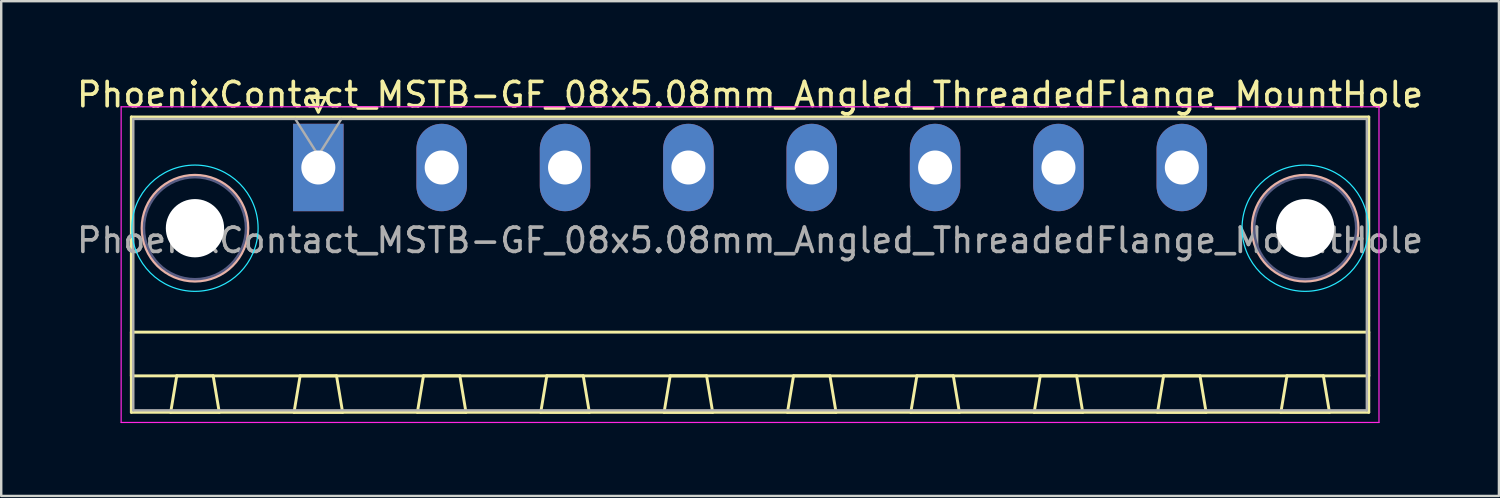
<source format=kicad_pcb>
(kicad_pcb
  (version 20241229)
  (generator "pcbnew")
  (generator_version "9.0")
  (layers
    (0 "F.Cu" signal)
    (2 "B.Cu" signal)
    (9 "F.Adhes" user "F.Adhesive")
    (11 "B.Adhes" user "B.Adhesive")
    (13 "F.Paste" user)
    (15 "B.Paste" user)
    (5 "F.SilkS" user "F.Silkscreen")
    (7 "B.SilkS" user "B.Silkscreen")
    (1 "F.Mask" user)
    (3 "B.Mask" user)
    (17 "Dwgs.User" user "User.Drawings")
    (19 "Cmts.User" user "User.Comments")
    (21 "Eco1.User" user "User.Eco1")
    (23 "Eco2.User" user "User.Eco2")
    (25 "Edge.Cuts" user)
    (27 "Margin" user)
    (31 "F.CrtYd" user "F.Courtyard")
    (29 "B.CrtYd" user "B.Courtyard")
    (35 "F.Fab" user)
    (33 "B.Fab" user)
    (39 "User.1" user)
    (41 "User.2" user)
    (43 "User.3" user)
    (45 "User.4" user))
  (footprint "PhoenixContact_MSTB-GF_08x5.08mm_Angled_ThreadedFlange_MountHole"
    (layer "F.Cu")
    (at 10.059 3.848)
    (property "Reference" "PhoenixContact_MSTB-GF_08x5.08mm_Angled_ThreadedFlange_MountHole" (at 17.78 -3 0) (layer "F.SilkS") (effects (font (size 1 1) (thickness 0.15))))
    (attr through_hole)
    (fp_line (start -7.7 -2.08) (end -7.7 10.08) (stroke (width 0.12) (type solid)) (layer "F.SilkS"))
    (fp_line (start -7.7 6.78) (end 43.26 6.78) (stroke (width 0.12) (type solid)) (layer "F.SilkS"))
    (fp_line (start -7.7 8.58) (end -7.7 6.78) (stroke (width 0.12) (type solid)) (layer "F.SilkS"))
    (fp_line (start -7.7 10.08) (end 43.26 10.08) (stroke (width 0.12) (type solid)) (layer "F.SilkS"))
    (fp_line (start -6.08 10.08) (end -4.08 10.08) (stroke (width 0.12) (type solid)) (layer "F.SilkS"))
    (fp_line (start -5.83 8.58) (end -6.08 10.08) (stroke (width 0.12) (type solid)) (layer "F.SilkS"))
    (fp_line (start -4.33 8.58) (end -5.83 8.58) (stroke (width 0.12) (type solid)) (layer "F.SilkS"))
    (fp_line (start -4.08 10.08) (end -4.33 8.58) (stroke (width 0.12) (type solid)) (layer "F.SilkS"))
    (fp_line (start -1 10.08) (end 1 10.08) (stroke (width 0.12) (type solid)) (layer "F.SilkS"))
    (fp_line (start -0.75 8.58) (end -1 10.08) (stroke (width 0.12) (type solid)) (layer "F.SilkS"))
    (fp_line (start -0.3 -2.88) (end 0.3 -2.88) (stroke (width 0.12) (type solid)) (layer "F.SilkS"))
    (fp_line (start 0 -2.28) (end -0.3 -2.88) (stroke (width 0.12) (type solid)) (layer "F.SilkS"))
    (fp_line (start 0.3 -2.88) (end 0 -2.28) (stroke (width 0.12) (type solid)) (layer "F.SilkS"))
    (fp_line (start 0.75 8.58) (end -0.75 8.58) (stroke (width 0.12) (type solid)) (layer "F.SilkS"))
    (fp_line (start 1 10.08) (end 0.75 8.58) (stroke (width 0.12) (type solid)) (layer "F.SilkS"))
    (fp_line (start 4.08 10.08) (end 6.08 10.08) (stroke (width 0.12) (type solid)) (layer "F.SilkS"))
    (fp_line (start 4.33 8.58) (end 4.08 10.08) (stroke (width 0.12) (type solid)) (layer "F.SilkS"))
    (fp_line (start 5.83 8.58) (end 4.33 8.58) (stroke (width 0.12) (type solid)) (layer "F.SilkS"))
    (fp_line (start 6.08 10.08) (end 5.83 8.58) (stroke (width 0.12) (type solid)) (layer "F.SilkS"))
    (fp_line (start 9.16 10.08) (end 11.16 10.08) (stroke (width 0.12) (type solid)) (layer "F.SilkS"))
    (fp_line (start 9.41 8.58) (end 9.16 10.08) (stroke (width 0.12) (type solid)) (layer "F.SilkS"))
    (fp_line (start 10.91 8.58) (end 9.41 8.58) (stroke (width 0.12) (type solid)) (layer "F.SilkS"))
    (fp_line (start 11.16 10.08) (end 10.91 8.58) (stroke (width 0.12) (type solid)) (layer "F.SilkS"))
    (fp_line (start 14.24 10.08) (end 16.24 10.08) (stroke (width 0.12) (type solid)) (layer "F.SilkS"))
    (fp_line (start 14.49 8.58) (end 14.24 10.08) (stroke (width 0.12) (type solid)) (layer "F.SilkS"))
    (fp_line (start 15.99 8.58) (end 14.49 8.58) (stroke (width 0.12) (type solid)) (layer "F.SilkS"))
    (fp_line (start 16.24 10.08) (end 15.99 8.58) (stroke (width 0.12) (type solid)) (layer "F.SilkS"))
    (fp_line (start 19.32 10.08) (end 21.32 10.08) (stroke (width 0.12) (type solid)) (layer "F.SilkS"))
    (fp_line (start 19.57 8.58) (end 19.32 10.08) (stroke (width 0.12) (type solid)) (layer "F.SilkS"))
    (fp_line (start 21.07 8.58) (end 19.57 8.58) (stroke (width 0.12) (type solid)) (layer "F.SilkS"))
    (fp_line (start 21.32 10.08) (end 21.07 8.58) (stroke (width 0.12) (type solid)) (layer "F.SilkS"))
    (fp_line (start 24.4 10.08) (end 26.4 10.08) (stroke (width 0.12) (type solid)) (layer "F.SilkS"))
    (fp_line (start 24.65 8.58) (end 24.4 10.08) (stroke (width 0.12) (type solid)) (layer "F.SilkS"))
    (fp_line (start 26.15 8.58) (end 24.65 8.58) (stroke (width 0.12) (type solid)) (layer "F.SilkS"))
    (fp_line (start 26.4 10.08) (end 26.15 8.58) (stroke (width 0.12) (type solid)) (layer "F.SilkS"))
    (fp_line (start 29.48 10.08) (end 31.48 10.08) (stroke (width 0.12) (type solid)) (layer "F.SilkS"))
    (fp_line (start 29.73 8.58) (end 29.48 10.08) (stroke (width 0.12) (type solid)) (layer "F.SilkS"))
    (fp_line (start 31.23 8.58) (end 29.73 8.58) (stroke (width 0.12) (type solid)) (layer "F.SilkS"))
    (fp_line (start 31.48 10.08) (end 31.23 8.58) (stroke (width 0.12) (type solid)) (layer "F.SilkS"))
    (fp_line (start 34.56 10.08) (end 36.56 10.08) (stroke (width 0.12) (type solid)) (layer "F.SilkS"))
    (fp_line (start 34.81 8.58) (end 34.56 10.08) (stroke (width 0.12) (type solid)) (layer "F.SilkS"))
    (fp_line (start 36.31 8.58) (end 34.81 8.58) (stroke (width 0.12) (type solid)) (layer "F.SilkS"))
    (fp_line (start 36.56 10.08) (end 36.31 8.58) (stroke (width 0.12) (type solid)) (layer "F.SilkS"))
    (fp_line (start 39.64 10.08) (end 41.64 10.08) (stroke (width 0.12) (type solid)) (layer "F.SilkS"))
    (fp_line (start 39.89 8.58) (end 39.64 10.08) (stroke (width 0.12) (type solid)) (layer "F.SilkS"))
    (fp_line (start 41.39 8.58) (end 39.89 8.58) (stroke (width 0.12) (type solid)) (layer "F.SilkS"))
    (fp_line (start 41.64 10.08) (end 41.39 8.58) (stroke (width 0.12) (type solid)) (layer "F.SilkS"))
    (fp_line (start 43.26 -2.08) (end -7.7 -2.08) (stroke (width 0.12) (type solid)) (layer "F.SilkS"))
    (fp_line (start 43.26 6.78) (end 43.26 8.58) (stroke (width 0.12) (type solid)) (layer "F.SilkS"))
    (fp_line (start 43.26 8.58) (end -7.7 8.58) (stroke (width 0.12) (type solid)) (layer "F.SilkS"))
    (fp_line (start 43.26 10.08) (end 43.26 -2.08) (stroke (width 0.12) (type solid)) (layer "F.SilkS"))
    (fp_circle (center -5.08 2.5) (end -2.9 2.5) (stroke (width 0.12) (type solid)) (fill no) (layer "B.SilkS"))
    (fp_circle (center 40.64 2.5) (end 42.82 2.5) (stroke (width 0.12) (type solid)) (fill no) (layer "B.SilkS"))
    (fp_circle (center -5.08 2.5) (end -2.48 2.5) (stroke (width 0.05) (type solid)) (fill no) (layer "B.CrtYd"))
    (fp_circle (center 40.64 2.5) (end 43.24 2.5) (stroke (width 0.05) (type solid)) (fill no) (layer "B.CrtYd"))
    (fp_line (start -8.12 -2.5) (end -8.12 10.5) (stroke (width 0.05) (type solid)) (layer "F.CrtYd"))
    (fp_line (start -8.12 10.5) (end 43.68 10.5) (stroke (width 0.05) (type solid)) (layer "F.CrtYd"))
    (fp_line (start 43.68 -2.5) (end -8.12 -2.5) (stroke (width 0.05) (type solid)) (layer "F.CrtYd"))
    (fp_line (start 43.68 10.5) (end 43.68 -2.5) (stroke (width 0.05) (type solid)) (layer "F.CrtYd"))
    (fp_circle (center -5.08 2.5) (end -2.98 2.5) (stroke (width 0.1) (type solid)) (fill no) (layer "B.Fab"))
    (fp_circle (center 40.64 2.5) (end 42.74 2.5) (stroke (width 0.1) (type solid)) (fill no) (layer "B.Fab"))
    (fp_line (start -7.62 -2) (end -7.62 10) (stroke (width 0.1) (type solid)) (layer "F.Fab"))
    (fp_line (start -7.62 10) (end 43.18 10) (stroke (width 0.1) (type solid)) (layer "F.Fab"))
    (fp_line (start 0 -0.5) (end -0.95 -2) (stroke (width 0.1) (type solid)) (layer "F.Fab"))
    (fp_line (start 0.95 -2) (end 0 -0.5) (stroke (width 0.1) (type solid)) (layer "F.Fab"))
    (fp_line (start 43.18 -2) (end -7.62 -2) (stroke (width 0.1) (type solid)) (layer "F.Fab"))
    (fp_line (start 43.18 10) (end 43.18 -2) (stroke (width 0.1) (type solid)) (layer "F.Fab"))
    (fp_text user "${REFERENCE}" (at 17.78 3 0) (layer "F.Fab") (effects (font (size 1 1) (thickness 0.15))))
    (pad "" np_thru_hole circle (at -5.08 2.5) (size 2.4 2.4) (drill 2.4) (layers "*.Cu" "*.Mask"))
    (pad "" np_thru_hole circle (at 40.64 2.5) (size 2.4 2.4) (drill 2.4) (layers "*.Cu" "*.Mask"))
    (pad "1" thru_hole rect (at 0 0) (size 2.08 3.6) (drill 1.4) (layers "*.Cu" "*.Mask"))
    (pad "2" thru_hole oval (at 5.08 0) (size 2.08 3.6) (drill 1.4) (layers "*.Cu" "*.Mask"))
    (pad "3" thru_hole oval (at 10.16 0) (size 2.08 3.6) (drill 1.4) (layers "*.Cu" "*.Mask"))
    (pad "4" thru_hole oval (at 15.24 0) (size 2.08 3.6) (drill 1.4) (layers "*.Cu" "*.Mask"))
    (pad "5" thru_hole oval (at 20.32 0) (size 2.08 3.6) (drill 1.4) (layers "*.Cu" "*.Mask"))
    (pad "6" thru_hole oval (at 25.4 0) (size 2.08 3.6) (drill 1.4) (layers "*.Cu" "*.Mask"))
    (pad "7" thru_hole oval (at 30.48 0) (size 2.08 3.6) (drill 1.4) (layers "*.Cu" "*.Mask"))
    (pad "8" thru_hole oval (at 35.56 0) (size 2.08 3.6) (drill 1.4) (layers "*.Cu" "*.Mask")))
  (gr_rect
    (start -3 -3)
    (end 58.679 17.373)
    (stroke (width 0.1) (type default))
    (fill no)
    (layer "Edge.Cuts")))
</source>
